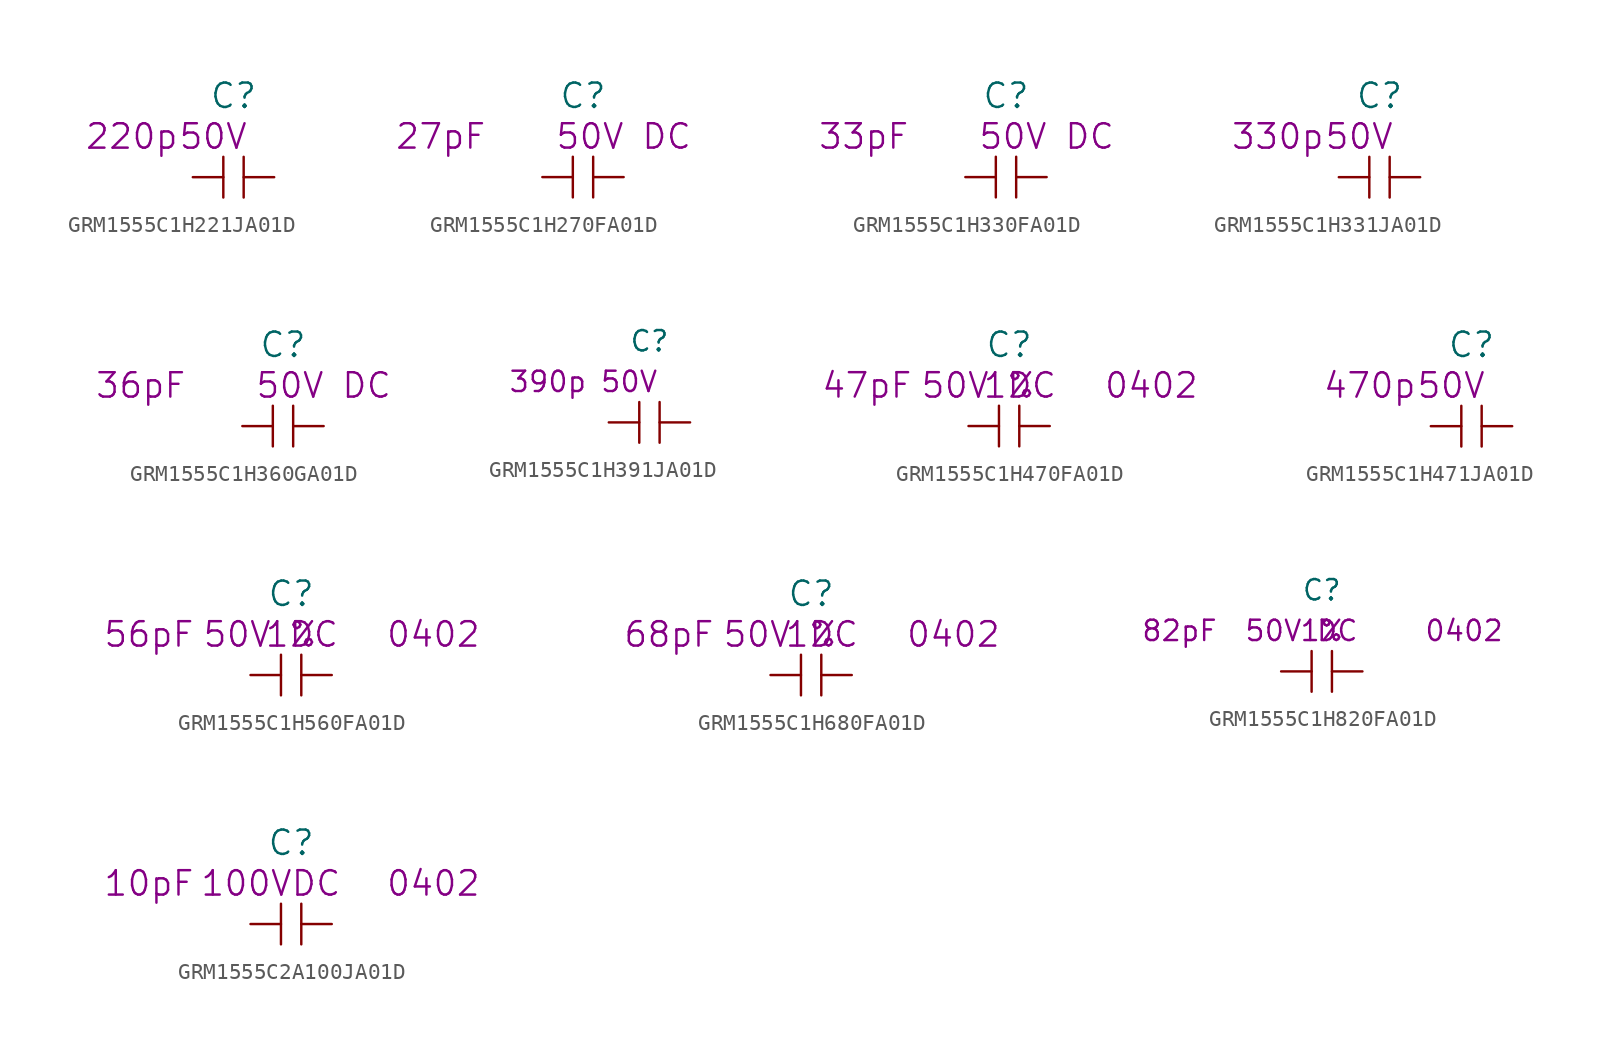
<source format=kicad_sym>
(kicad_symbol_lib
  (version 20220914)
  (generator kicad_symbol_editor)
  (symbol "GRM1555C1H221JA01D"
    (pin_numbers hide)
    (pin_names
      (offset 1.016) hide)
    (property "Reference" "C"
      (at 0 5.08 0)
      (effects (font (size 1.524 1.524))))
    (property "Datasheet" ""
      (at 0 5.08 0)
      (effects (font (size 1.524 1.524))))
    (property "Value2" "220p"
      (at -6.35 2.54 0)
      (effects (font (size 1.524 1.524))))
    (property "Rating" "50V"
      (at -1.27 2.54 0)
      (effects (font (size 1.524 1.524))))
    (symbol "GRM1555C1H221JA01D_0_1"
      (polyline (pts (xy -0.635 -1.27) (xy -0.635 1.27)) (stroke (width 0) (type solid)) (fill (type none)))
      (polyline (pts (xy 0.635 1.27) (xy 0.635 -1.27)) (stroke (width 0) (type solid)) (fill (type none))))
    (symbol "GRM1555C1H221JA01D_1_1"
      (pin passive line (at -2.54 0 0) (length 1.905) (name "1" (effects (font (size 1.27 1.27)))) (number "1" (effects (font (size 1.27 1.27)))))
      (pin passive line (at 2.54 0 180) (length 1.905) (name "2" (effects (font (size 1.27 1.27)))) (number "2" (effects (font (size 1.27 1.27)))))))
  (symbol "GRM1555C1H270FA01D"
    (pin_numbers hide)
    (pin_names
      (offset 1.016) hide)
    (property "Reference" "C"
      (at 0 5.08 0)
      (effects (font (size 1.524 1.524))))
    (property "Datasheet" ""
      (at 0 0 0)
      (effects (font (size 1.524 1.524))))
    (property "Value2" "27pF"
      (at -8.89 2.54 0)
      (effects (font (size 1.524 1.524))))
    (property "Rating" "50V DC"
      (at 2.54 2.54 0)
      (effects (font (size 1.524 1.524))))
    (symbol "GRM1555C1H270FA01D_0_1"
      (polyline (pts (xy -0.635 -1.27) (xy -0.635 1.27)) (stroke (width 0) (type solid)) (fill (type none)))
      (polyline (pts (xy 0.635 1.27) (xy 0.635 -1.27)) (stroke (width 0) (type solid)) (fill (type none))))
    (symbol "GRM1555C1H270FA01D_1_1"
      (pin passive line (at -2.54 0 0) (length 1.905) (name "1" (effects (font (size 1.27 1.27)))) (number "1" (effects (font (size 1.27 1.27)))))
      (pin passive line (at 2.54 0 180) (length 1.905) (name "2" (effects (font (size 1.27 1.27)))) (number "2" (effects (font (size 1.27 1.27)))))))
  (symbol "GRM1555C1H330FA01D"
    (pin_numbers hide)
    (pin_names
      (offset 1.016) hide)
    (property "Reference" "C"
      (at 0 5.08 0)
      (effects (font (size 1.524 1.524))))
    (property "Datasheet" ""
      (at 0 0 0)
      (effects (font (size 1.524 1.524))))
    (property "Value2" "33pF"
      (at -8.89 2.54 0)
      (effects (font (size 1.524 1.524))))
    (property "Rating" "50V DC"
      (at 2.54 2.54 0)
      (effects (font (size 1.524 1.524))))
    (symbol "GRM1555C1H330FA01D_0_1"
      (polyline (pts (xy -0.635 -1.27) (xy -0.635 1.27)) (stroke (width 0) (type solid)) (fill (type none)))
      (polyline (pts (xy 0.635 1.27) (xy 0.635 -1.27)) (stroke (width 0) (type solid)) (fill (type none))))
    (symbol "GRM1555C1H330FA01D_1_1"
      (pin passive line (at -2.54 0 0) (length 1.905) (name "1" (effects (font (size 1.27 1.27)))) (number "1" (effects (font (size 1.27 1.27)))))
      (pin passive line (at 2.54 0 180) (length 1.905) (name "2" (effects (font (size 1.27 1.27)))) (number "2" (effects (font (size 1.27 1.27)))))))
  (symbol "GRM1555C1H331JA01D"
    (pin_numbers hide)
    (pin_names
      (offset 1.016) hide)
    (property "Reference" "C"
      (at 0 5.08 0)
      (effects (font (size 1.524 1.524))))
    (property "Datasheet" ""
      (at 0 5.08 0)
      (effects (font (size 1.524 1.524))))
    (property "Value2" "330p"
      (at -6.35 2.54 0)
      (effects (font (size 1.524 1.524))))
    (property "Rating" "50V"
      (at -1.27 2.54 0)
      (effects (font (size 1.524 1.524))))
    (symbol "GRM1555C1H331JA01D_0_1"
      (polyline (pts (xy -0.635 -1.27) (xy -0.635 1.27)) (stroke (width 0) (type solid)) (fill (type none)))
      (polyline (pts (xy 0.635 1.27) (xy 0.635 -1.27)) (stroke (width 0) (type solid)) (fill (type none))))
    (symbol "GRM1555C1H331JA01D_1_1"
      (pin passive line (at -2.54 0 0) (length 1.905) (name "1" (effects (font (size 1.27 1.27)))) (number "1" (effects (font (size 1.27 1.27)))))
      (pin passive line (at 2.54 0 180) (length 1.905) (name "2" (effects (font (size 1.27 1.27)))) (number "2" (effects (font (size 1.27 1.27)))))))
  (symbol "GRM1555C1H360GA01D"
    (pin_numbers hide)
    (pin_names
      (offset 1.016) hide)
    (property "Reference" "C"
      (at 0 5.08 0)
      (effects (font (size 1.524 1.524))))
    (property "Datasheet" ""
      (at 0 0 0)
      (effects (font (size 1.524 1.524))))
    (property "Value2" "36pF"
      (at -8.89 2.54 0)
      (effects (font (size 1.524 1.524))))
    (property "Rating" "50V DC"
      (at 2.54 2.54 0)
      (effects (font (size 1.524 1.524))))
    (symbol "GRM1555C1H360GA01D_0_1"
      (polyline (pts (xy -0.635 -1.27) (xy -0.635 1.27)) (stroke (width 0) (type solid)) (fill (type none)))
      (polyline (pts (xy 0.635 1.27) (xy 0.635 -1.27)) (stroke (width 0) (type solid)) (fill (type none))))
    (symbol "GRM1555C1H360GA01D_1_1"
      (pin passive line (at -2.54 0 0) (length 1.905) (name "1" (effects (font (size 1.27 1.27)))) (number "1" (effects (font (size 1.27 1.27)))))
      (pin passive line (at 2.54 0 180) (length 1.905) (name "2" (effects (font (size 1.27 1.27)))) (number "2" (effects (font (size 1.27 1.27)))))))
  (symbol "GRM1555C1H391JA01D"
    (pin_numbers hide)
    (pin_names
      (offset 1.016) hide)
    (property "Reference" "C"
      (at 0 5.08 0)
      (effects (font (size 1.27 1.27))))
    (property "Datasheet" ""
      (at 0 5.08 0)
      (effects (font (size 1.27 1.27))))
    (property "Value2" "390p"
      (at -6.35 2.54 0)
      (effects (font (size 1.27 1.27))))
    (property "Rating" "50V"
      (at -1.27 2.54 0)
      (effects (font (size 1.27 1.27))))
    (symbol "GRM1555C1H391JA01D_0_1"
      (polyline (pts (xy -0.635 -1.27) (xy -0.635 1.27)) (stroke (width 0) (type solid)) (fill (type none)))
      (polyline (pts (xy 0.635 1.27) (xy 0.635 -1.27)) (stroke (width 0) (type solid)) (fill (type none))))
    (symbol "GRM1555C1H391JA01D_1_1"
      (pin passive line (at -2.54 0 0) (length 1.905) (name "1" (effects (font (size 1.27 1.27)))) (number "1" (effects (font (size 1.27 1.27)))))
      (pin passive line (at 2.54 0 180) (length 1.905) (name "2" (effects (font (size 1.27 1.27)))) (number "2" (effects (font (size 1.27 1.27)))))))
  (symbol "GRM1555C1H470FA01D"
    (pin_numbers hide)
    (pin_names
      (offset 1.016) hide)
    (property "Reference" "C"
      (at 0 5.08 0)
      (effects (font (size 1.524 1.524))))
    (property "Datasheet" ""
      (at 0 0 0)
      (effects (font (size 1.524 1.524))))
    (property "Value2" "47pF"
      (at -8.89 2.54 0)
      (effects (font (size 1.524 1.524))))
    (property "Size" "0402"
      (at 8.89 2.54 0)
      (effects (font (size 1.524 1.524))))
    (property "Tolerance" "1%"
      (at 0 2.54 0)
      (effects (font (size 1.524 1.524))))
    (property "Rating" "50V DC"
      (at -1.27 2.54 0)
      (effects (font (size 1.524 1.524))))
    (symbol "GRM1555C1H470FA01D_0_1"
      (polyline (pts (xy -0.635 -1.27) (xy -0.635 1.27)) (stroke (width 0) (type solid)) (fill (type none)))
      (polyline (pts (xy 0.635 1.27) (xy 0.635 -1.27)) (stroke (width 0) (type solid)) (fill (type none))))
    (symbol "GRM1555C1H470FA01D_1_1"
      (pin passive line (at -2.54 0 0) (length 1.905) (name "1" (effects (font (size 1.27 1.27)))) (number "1" (effects (font (size 1.27 1.27)))))
      (pin passive line (at 2.54 0 180) (length 1.905) (name "2" (effects (font (size 1.27 1.27)))) (number "2" (effects (font (size 1.27 1.27)))))))
  (symbol "GRM1555C1H471JA01D"
    (pin_numbers hide)
    (pin_names
      (offset 1.016) hide)
    (property "Reference" "C"
      (at 0 5.08 0)
      (effects (font (size 1.524 1.524))))
    (property "Datasheet" ""
      (at 0 5.08 0)
      (effects (font (size 1.524 1.524))))
    (property "Value2" "470p"
      (at -6.35 2.54 0)
      (effects (font (size 1.524 1.524))))
    (property "Rating" "50V"
      (at -1.27 2.54 0)
      (effects (font (size 1.524 1.524))))
    (symbol "GRM1555C1H471JA01D_0_1"
      (polyline (pts (xy -0.635 -1.27) (xy -0.635 1.27)) (stroke (width 0) (type solid)) (fill (type none)))
      (polyline (pts (xy 0.635 1.27) (xy 0.635 -1.27)) (stroke (width 0) (type solid)) (fill (type none))))
    (symbol "GRM1555C1H471JA01D_1_1"
      (pin passive line (at -2.54 0 0) (length 1.905) (name "1" (effects (font (size 1.27 1.27)))) (number "1" (effects (font (size 1.27 1.27)))))
      (pin passive line (at 2.54 0 180) (length 1.905) (name "2" (effects (font (size 1.27 1.27)))) (number "2" (effects (font (size 1.27 1.27)))))))
  (symbol "GRM1555C1H560FA01D"
    (pin_numbers hide)
    (pin_names
      (offset 1.016) hide)
    (property "Reference" "C"
      (at 0 5.08 0)
      (effects (font (size 1.524 1.524))))
    (property "Datasheet" ""
      (at 0 0 0)
      (effects (font (size 1.524 1.524))))
    (property "Value2" "56pF"
      (at -8.89 2.54 0)
      (effects (font (size 1.524 1.524))))
    (property "Size" "0402"
      (at 8.89 2.54 0)
      (effects (font (size 1.524 1.524))))
    (property "Tolerance" "1%"
      (at 0 2.54 0)
      (effects (font (size 1.524 1.524))))
    (property "Rating" "50V DC"
      (at -1.27 2.54 0)
      (effects (font (size 1.524 1.524))))
    (symbol "GRM1555C1H560FA01D_0_1"
      (polyline (pts (xy -0.635 -1.27) (xy -0.635 1.27)) (stroke (width 0) (type solid)) (fill (type none)))
      (polyline (pts (xy 0.635 1.27) (xy 0.635 -1.27)) (stroke (width 0) (type solid)) (fill (type none))))
    (symbol "GRM1555C1H560FA01D_1_1"
      (pin passive line (at -2.54 0 0) (length 1.905) (name "1" (effects (font (size 1.27 1.27)))) (number "1" (effects (font (size 1.27 1.27)))))
      (pin passive line (at 2.54 0 180) (length 1.905) (name "2" (effects (font (size 1.27 1.27)))) (number "2" (effects (font (size 1.27 1.27)))))))
  (symbol "GRM1555C1H680FA01D"
    (pin_numbers hide)
    (pin_names
      (offset 1.016) hide)
    (property "Reference" "C"
      (at 0 5.08 0)
      (effects (font (size 1.524 1.524))))
    (property "Datasheet" ""
      (at 0 0 0)
      (effects (font (size 1.524 1.524))))
    (property "Value2" "68pF"
      (at -8.89 2.54 0)
      (effects (font (size 1.524 1.524))))
    (property "Size" "0402"
      (at 8.89 2.54 0)
      (effects (font (size 1.524 1.524))))
    (property "Tolerance" "1%"
      (at 0 2.54 0)
      (effects (font (size 1.524 1.524))))
    (property "Rating" "50V DC"
      (at -1.27 2.54 0)
      (effects (font (size 1.524 1.524))))
    (symbol "GRM1555C1H680FA01D_0_1"
      (polyline (pts (xy -0.635 -1.27) (xy -0.635 1.27)) (stroke (width 0) (type solid)) (fill (type none)))
      (polyline (pts (xy 0.635 1.27) (xy 0.635 -1.27)) (stroke (width 0) (type solid)) (fill (type none))))
    (symbol "GRM1555C1H680FA01D_1_1"
      (pin passive line (at -2.54 0 0) (length 1.905) (name "1" (effects (font (size 1.27 1.27)))) (number "1" (effects (font (size 1.27 1.27)))))
      (pin passive line (at 2.54 0 180) (length 1.905) (name "2" (effects (font (size 1.27 1.27)))) (number "2" (effects (font (size 1.27 1.27)))))))
  (symbol "GRM1555C1H820FA01D"
    (pin_numbers hide)
    (pin_names
      (offset 1.016) hide)
    (property "Reference" "C"
      (at 0 5.08 0)
      (effects (font (size 1.27 1.27))))
    (property "Datasheet" ""
      (at 0 0 0)
      (effects (font (size 1.524 1.524))))
    (property "Value2" "82pF"
      (at -8.89 2.54 0)
      (effects (font (size 1.27 1.27))))
    (property "Size" "0402"
      (at 8.89 2.54 0)
      (effects (font (size 1.27 1.27))))
    (property "Tolerance" "1%"
      (at 0 2.54 0)
      (effects (font (size 1.27 1.27))))
    (property "Rating" "50V DC"
      (at -1.27 2.54 0)
      (effects (font (size 1.27 1.27))))
    (symbol "GRM1555C1H820FA01D_0_1"
      (polyline (pts (xy -0.635 -1.27) (xy -0.635 1.27)) (stroke (width 0) (type solid)) (fill (type none)))
      (polyline (pts (xy 0.635 1.27) (xy 0.635 -1.27)) (stroke (width 0) (type solid)) (fill (type none))))
    (symbol "GRM1555C1H820FA01D_1_1"
      (pin passive line (at -2.54 0 0) (length 1.905) (name "1" (effects (font (size 1.27 1.27)))) (number "1" (effects (font (size 1.27 1.27)))))
      (pin passive line (at 2.54 0 180) (length 1.905) (name "2" (effects (font (size 1.27 1.27)))) (number "2" (effects (font (size 1.27 1.27)))))))
  (symbol "GRM1555C2A100JA01D"
    (pin_numbers hide)
    (pin_names
      (offset 1.016) hide)
    (property "Reference" "C"
      (at 0 5.08 0)
      (effects (font (size 1.524 1.524))))
    (property "Datasheet" ""
      (at 0 0 0)
      (effects (font (size 1.524 1.524))))
    (property "Value2" "10pF"
      (at -8.89 2.54 0)
      (effects (font (size 1.524 1.524))))
    (property "Size" "0402"
      (at 8.89 2.54 0)
      (effects (font (size 1.524 1.524))))
    (property "Rating" "100VDC"
      (at -1.27 2.54 0)
      (effects (font (size 1.524 1.524))))
    (symbol "GRM1555C2A100JA01D_0_1"
      (polyline (pts (xy -0.635 -1.27) (xy -0.635 1.27)) (stroke (width 0) (type solid)) (fill (type none)))
      (polyline (pts (xy 0.635 1.27) (xy 0.635 -1.27)) (stroke (width 0) (type solid)) (fill (type none))))
    (symbol "GRM1555C2A100JA01D_1_1"
      (pin passive line (at -2.54 0 0) (length 1.905) (name "1" (effects (font (size 1.27 1.27)))) (number "1" (effects (font (size 1.27 1.27)))))
      (pin passive line (at 2.54 0 180) (length 1.905) (name "2" (effects (font (size 1.27 1.27)))) (number "2" (effects (font (size 1.27 1.27))))))))
</source>
